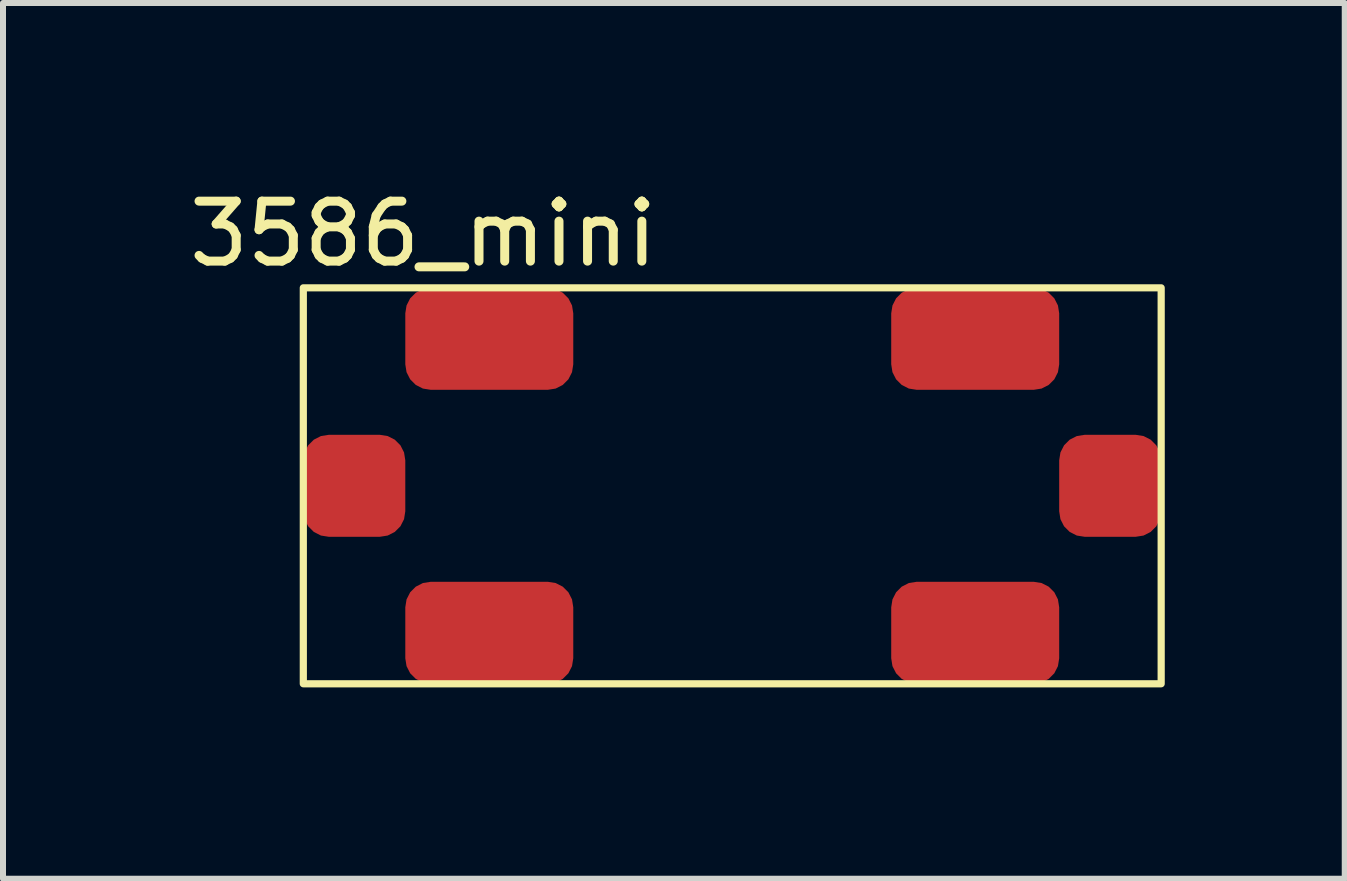
<source format=kicad_pcb>
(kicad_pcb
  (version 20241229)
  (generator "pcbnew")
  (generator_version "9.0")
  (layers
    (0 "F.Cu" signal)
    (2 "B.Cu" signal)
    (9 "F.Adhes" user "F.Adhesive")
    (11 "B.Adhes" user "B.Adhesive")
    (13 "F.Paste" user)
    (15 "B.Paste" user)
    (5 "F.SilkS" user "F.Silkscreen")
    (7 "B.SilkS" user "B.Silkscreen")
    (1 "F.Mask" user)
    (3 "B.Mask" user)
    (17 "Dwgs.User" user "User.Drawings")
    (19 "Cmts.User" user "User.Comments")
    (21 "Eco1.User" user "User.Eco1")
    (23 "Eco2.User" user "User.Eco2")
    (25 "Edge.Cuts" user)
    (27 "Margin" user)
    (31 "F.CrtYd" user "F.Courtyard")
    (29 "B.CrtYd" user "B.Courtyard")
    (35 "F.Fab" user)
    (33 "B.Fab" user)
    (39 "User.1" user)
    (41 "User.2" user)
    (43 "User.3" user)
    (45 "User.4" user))
  (footprint "3586_mini"
    (layer "F.Cu")
    (at 2.006 8.348)
    (property "Reference" "3586_mini" (at 2 -7.5 0) (unlocked yes) (layer "F.SilkS") (effects (font (size 1 1) (thickness 0.15))))
    (attr smd)
    (fp_rect (start 0 -6.6) (end 14.3 0) (stroke (width 0.12) (type solid)) (fill no) (layer "F.SilkS"))
    (pad "1" smd roundrect (at 0.85 -3.3) (size 1.7 1.7) (layers "F.Cu" "F.Mask" "F.Paste") (roundrect_rratio 0.25))
    (pad "1" smd roundrect (at 3.1 -5.75) (size 2.8 1.7) (layers "F.Cu" "F.Mask" "F.Paste") (roundrect_rratio 0.25))
    (pad "1" smd roundrect (at 3.1 -0.85) (size 2.8 1.7) (layers "F.Cu" "F.Mask" "F.Paste") (roundrect_rratio 0.25))
    (pad "2" smd roundrect (at 11.2 -5.75) (size 2.8 1.7) (layers "F.Cu" "F.Mask" "F.Paste") (roundrect_rratio 0.25))
    (pad "2" smd roundrect (at 11.2 -0.85) (size 2.8 1.7) (layers "F.Cu" "F.Mask" "F.Paste") (roundrect_rratio 0.25))
    (pad "2" smd roundrect (at 13.45 -3.3) (size 1.7 1.7) (layers "*.Mask" "F.Cu" "F.Paste") (roundrect_rratio 0.25)))
  (gr_rect
    (start -3 -3)
    (end 19.366 11.598)
    (stroke (width 0.1) (type default))
    (fill no)
    (layer "Edge.Cuts")))
</source>
